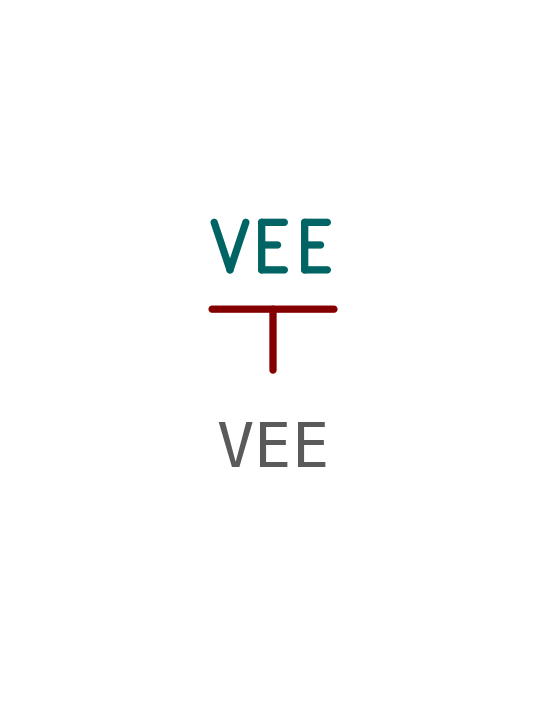
<source format=kicad_sym>
(kicad_symbol_lib
  (version 20220914)
  (generator kicad_symbol_editor)
  (symbol "VEE"
    (power)
    (pin_numbers hide)
    (pin_names
      (offset 0) hide)
    (property "Reference" "#PWR"
      (at 0 -2.54 0)
      (effects (font (size 1.524 1.524)) hide))
    (property "Value" "VEE"
      (at 0 1.27 0)
      (effects (font (size 0.991 0.991))))
    (property "Footprint" ""
      (at 0 0 0)
      (effects (font (size 1.524 1.524))))
    (property "Datasheet" ""
      (at 0 0 0)
      (effects (font (size 1.524 1.524))))
    (symbol "VEE_0_1"
      (polyline (pts (xy -1.27 0) (xy 1.27 0)) (stroke (width 0) (type default)) (fill (type none))))
    (symbol "VEE_1_1"
      (pin power_in line (at 0 -1.27 90) (length 1.27) (name "VEE" (effects (font (size 1.27 1.27)))) (number "1" (effects (font (size 1.27 1.27))))))))
</source>
